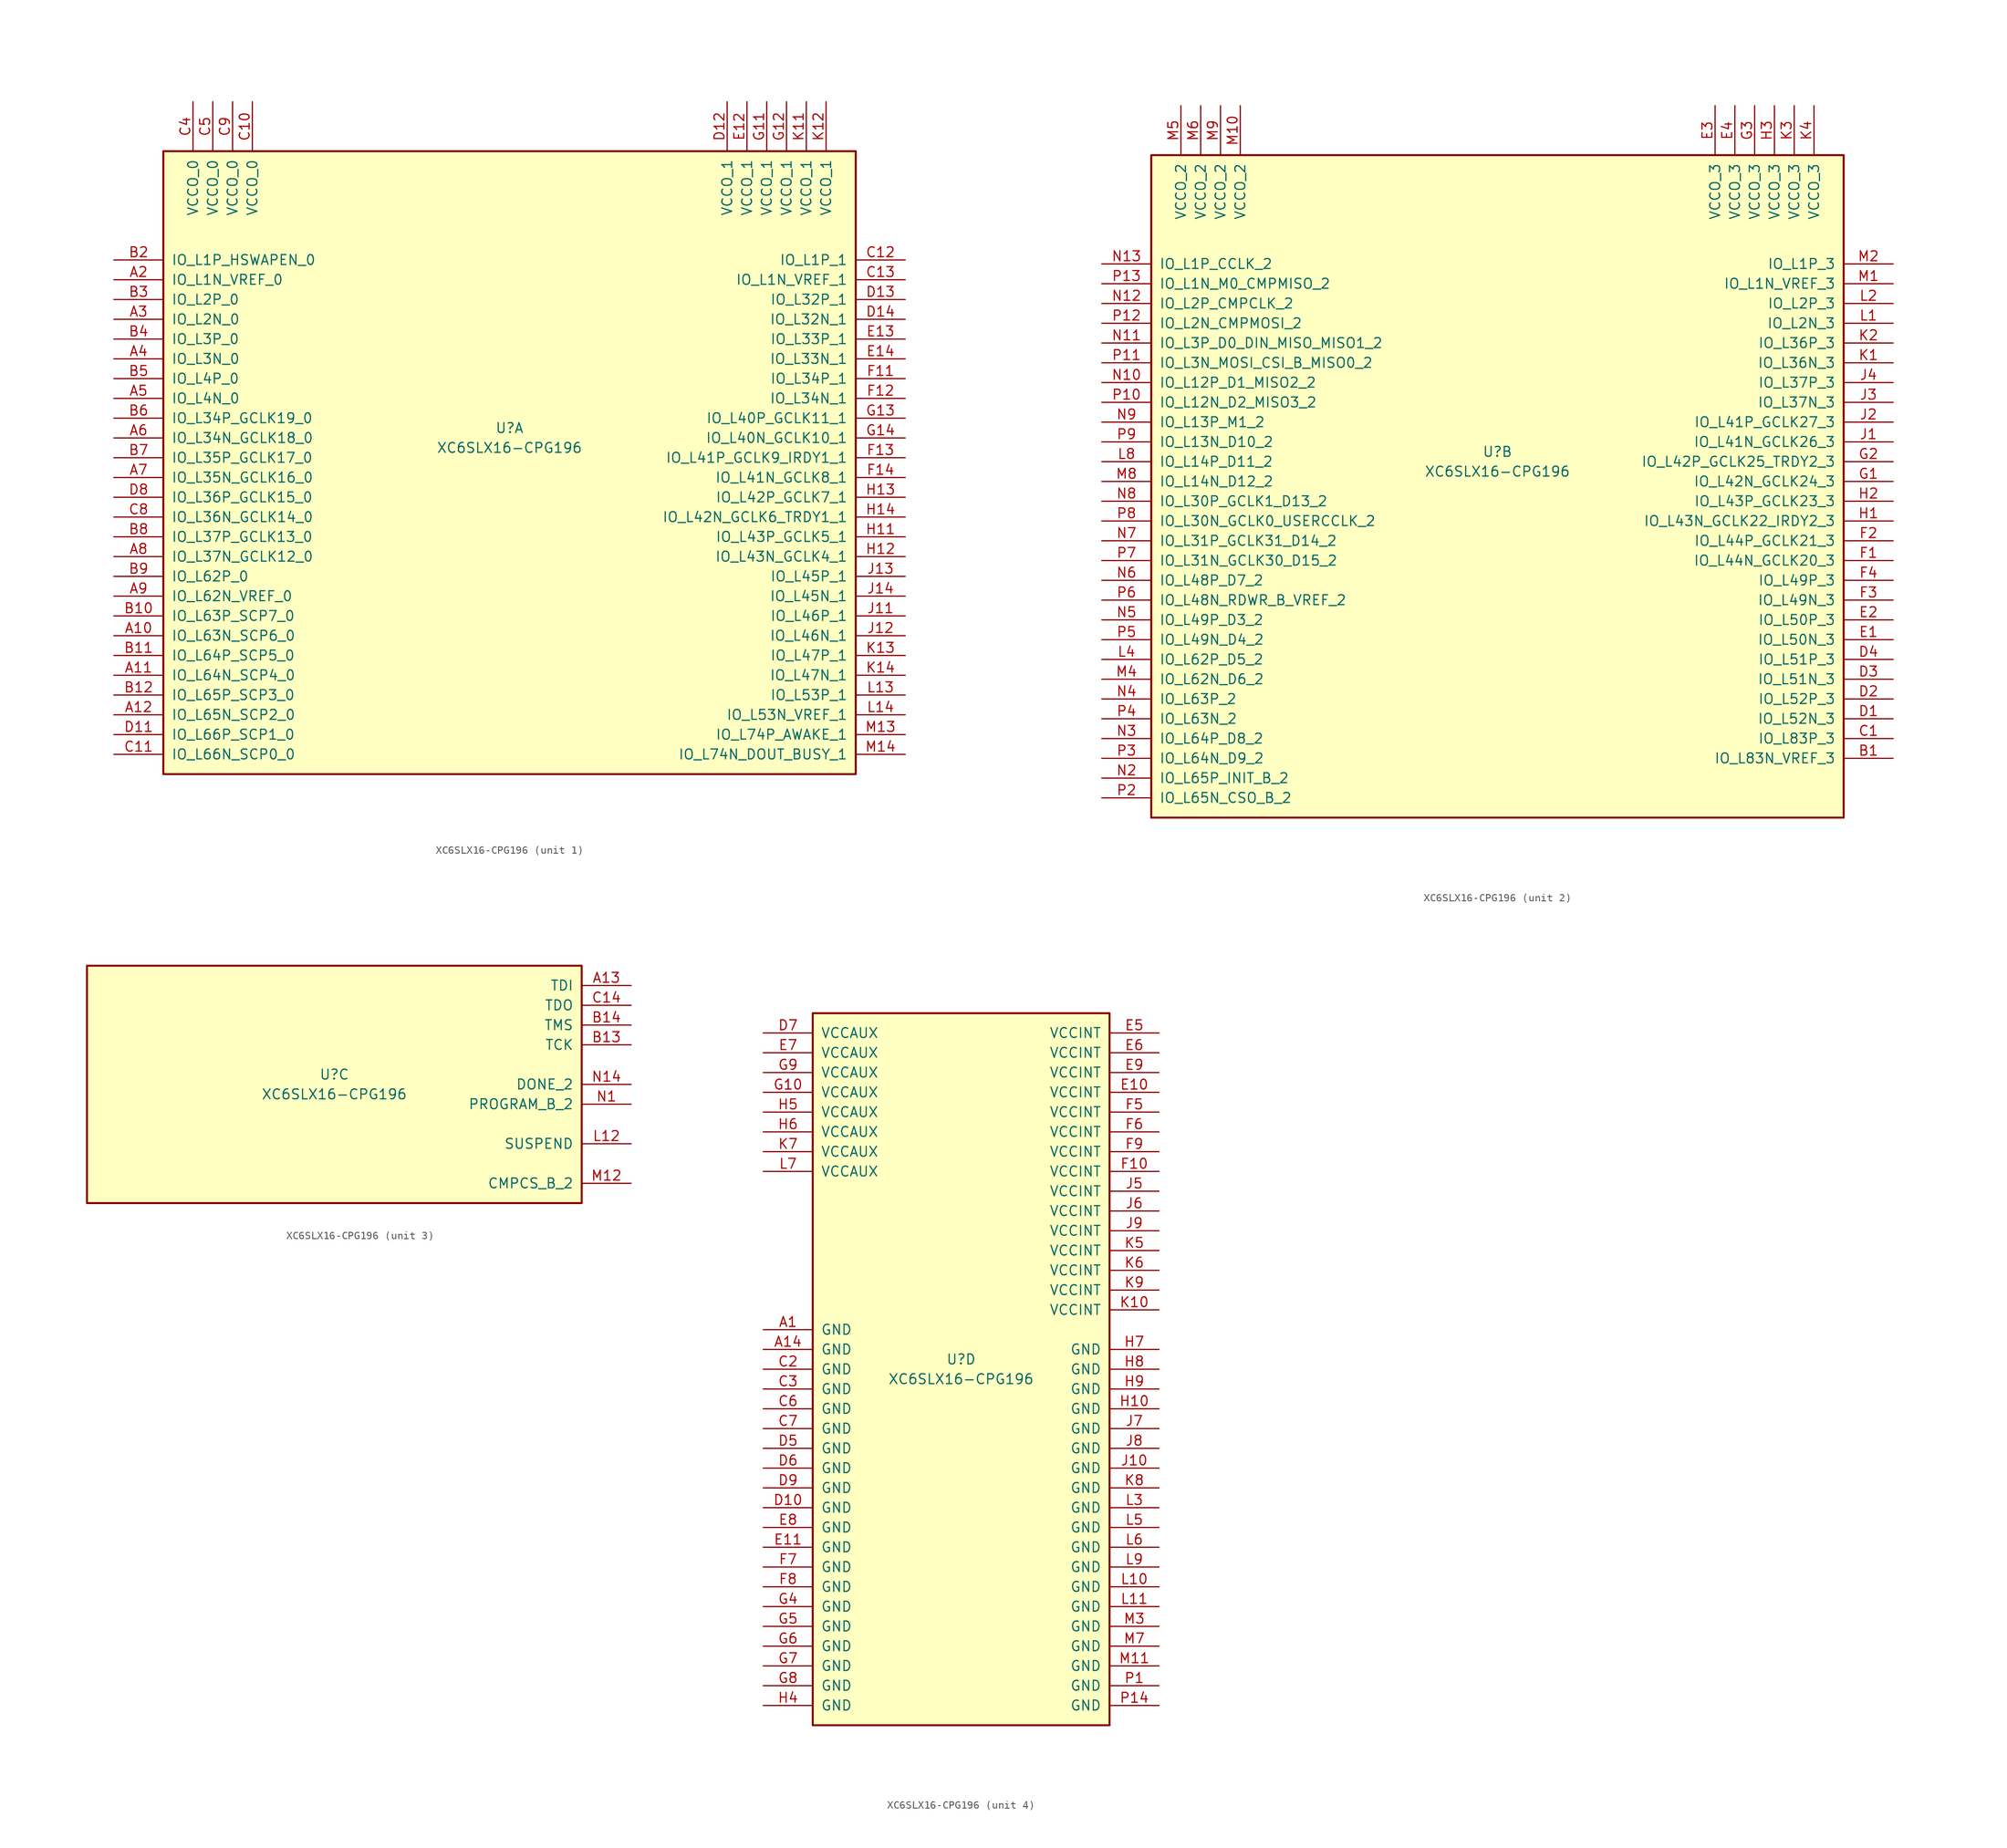
<source format=kicad_sym>
(kicad_symbol_lib
  (version 20201005)
  (generator kicad_symbol_editor)
  (symbol "XC6SLX16-CPG196"
    (pin_names
      (offset 1.016))
    (property "Reference" "U"
      (at 0 1.27 0)
      (effects (font (size 1.27 1.27))))
    (property "Value" "XC6SLX16-CPG196"
      (at 0 -1.27 0)
      (effects (font (size 1.27 1.27))))
    (property "Datasheet" ""
      (at 0 0 0)
      (effects (font (size 1.27 1.27))))
    (property "ki_locked" ""
      (at 0 0 0)
      (effects (font (size 1.27 1.27))))
    (symbol "XC6SLX16-CPG196_1_1"
      (rectangle (start -44.45 36.83) (end 44.45 -43.18) (stroke (width 0.254)) (fill (type background)))
      (pin power_in line (at -40.64 43.18 270) (length 6.35) (name "VCCO_0" (effects (font (size 1.27 1.27)))) (number "C4" (effects (font (size 1.27 1.27)))))
      (pin power_in line (at -38.1 43.18 270) (length 6.35) (name "VCCO_0" (effects (font (size 1.27 1.27)))) (number "C5" (effects (font (size 1.27 1.27)))))
      (pin power_in line (at -35.56 43.18 270) (length 6.35) (name "VCCO_0" (effects (font (size 1.27 1.27)))) (number "C9" (effects (font (size 1.27 1.27)))))
      (pin power_in line (at -33.02 43.18 270) (length 6.35) (name "VCCO_0" (effects (font (size 1.27 1.27)))) (number "C10" (effects (font (size 1.27 1.27)))))
      (pin bidirectional line (at -50.8 22.86 0) (length 6.35) (name "IO_L1P_HSWAPEN_0" (effects (font (size 1.27 1.27)))) (number "B2" (effects (font (size 1.27 1.27)))))
      (pin bidirectional line (at -50.8 20.32 0) (length 6.35) (name "IO_L1N_VREF_0" (effects (font (size 1.27 1.27)))) (number "A2" (effects (font (size 1.27 1.27)))))
      (pin bidirectional line (at -50.8 17.78 0) (length 6.35) (name "IO_L2P_0" (effects (font (size 1.27 1.27)))) (number "B3" (effects (font (size 1.27 1.27)))))
      (pin bidirectional line (at -50.8 15.24 0) (length 6.35) (name "IO_L2N_0" (effects (font (size 1.27 1.27)))) (number "A3" (effects (font (size 1.27 1.27)))))
      (pin bidirectional line (at -50.8 12.7 0) (length 6.35) (name "IO_L3P_0" (effects (font (size 1.27 1.27)))) (number "B4" (effects (font (size 1.27 1.27)))))
      (pin bidirectional line (at -50.8 10.16 0) (length 6.35) (name "IO_L3N_0" (effects (font (size 1.27 1.27)))) (number "A4" (effects (font (size 1.27 1.27)))))
      (pin bidirectional line (at -50.8 7.62 0) (length 6.35) (name "IO_L4P_0" (effects (font (size 1.27 1.27)))) (number "B5" (effects (font (size 1.27 1.27)))))
      (pin bidirectional line (at -50.8 5.08 0) (length 6.35) (name "IO_L4N_0" (effects (font (size 1.27 1.27)))) (number "A5" (effects (font (size 1.27 1.27)))))
      (pin bidirectional line (at -50.8 2.54 0) (length 6.35) (name "IO_L34P_GCLK19_0" (effects (font (size 1.27 1.27)))) (number "B6" (effects (font (size 1.27 1.27)))))
      (pin bidirectional line (at -50.8 0 0) (length 6.35) (name "IO_L34N_GCLK18_0" (effects (font (size 1.27 1.27)))) (number "A6" (effects (font (size 1.27 1.27)))))
      (pin bidirectional line (at -50.8 -2.54 0) (length 6.35) (name "IO_L35P_GCLK17_0" (effects (font (size 1.27 1.27)))) (number "B7" (effects (font (size 1.27 1.27)))))
      (pin bidirectional line (at -50.8 -5.08 0) (length 6.35) (name "IO_L35N_GCLK16_0" (effects (font (size 1.27 1.27)))) (number "A7" (effects (font (size 1.27 1.27)))))
      (pin bidirectional line (at -50.8 -7.62 0) (length 6.35) (name "IO_L36P_GCLK15_0" (effects (font (size 1.27 1.27)))) (number "D8" (effects (font (size 1.27 1.27)))))
      (pin bidirectional line (at -50.8 -10.16 0) (length 6.35) (name "IO_L36N_GCLK14_0" (effects (font (size 1.27 1.27)))) (number "C8" (effects (font (size 1.27 1.27)))))
      (pin bidirectional line (at -50.8 -12.7 0) (length 6.35) (name "IO_L37P_GCLK13_0" (effects (font (size 1.27 1.27)))) (number "B8" (effects (font (size 1.27 1.27)))))
      (pin bidirectional line (at -50.8 -15.24 0) (length 6.35) (name "IO_L37N_GCLK12_0" (effects (font (size 1.27 1.27)))) (number "A8" (effects (font (size 1.27 1.27)))))
      (pin bidirectional line (at -50.8 -17.78 0) (length 6.35) (name "IO_L62P_0" (effects (font (size 1.27 1.27)))) (number "B9" (effects (font (size 1.27 1.27)))))
      (pin bidirectional line (at -50.8 -20.32 0) (length 6.35) (name "IO_L62N_VREF_0" (effects (font (size 1.27 1.27)))) (number "A9" (effects (font (size 1.27 1.27)))))
      (pin bidirectional line (at -50.8 -22.86 0) (length 6.35) (name "IO_L63P_SCP7_0" (effects (font (size 1.27 1.27)))) (number "B10" (effects (font (size 1.27 1.27)))))
      (pin bidirectional line (at -50.8 -25.4 0) (length 6.35) (name "IO_L63N_SCP6_0" (effects (font (size 1.27 1.27)))) (number "A10" (effects (font (size 1.27 1.27)))))
      (pin bidirectional line (at -50.8 -27.94 0) (length 6.35) (name "IO_L64P_SCP5_0" (effects (font (size 1.27 1.27)))) (number "B11" (effects (font (size 1.27 1.27)))))
      (pin bidirectional line (at -50.8 -30.48 0) (length 6.35) (name "IO_L64N_SCP4_0" (effects (font (size 1.27 1.27)))) (number "A11" (effects (font (size 1.27 1.27)))))
      (pin bidirectional line (at -50.8 -33.02 0) (length 6.35) (name "IO_L65P_SCP3_0" (effects (font (size 1.27 1.27)))) (number "B12" (effects (font (size 1.27 1.27)))))
      (pin bidirectional line (at -50.8 -35.56 0) (length 6.35) (name "IO_L65N_SCP2_0" (effects (font (size 1.27 1.27)))) (number "A12" (effects (font (size 1.27 1.27)))))
      (pin bidirectional line (at -50.8 -38.1 0) (length 6.35) (name "IO_L66P_SCP1_0" (effects (font (size 1.27 1.27)))) (number "D11" (effects (font (size 1.27 1.27)))))
      (pin bidirectional line (at -50.8 -40.64 0) (length 6.35) (name "IO_L66N_SCP0_0" (effects (font (size 1.27 1.27)))) (number "C11" (effects (font (size 1.27 1.27)))))
      (pin power_in line (at 27.94 43.18 270) (length 6.35) (name "VCCO_1" (effects (font (size 1.27 1.27)))) (number "D12" (effects (font (size 1.27 1.27)))))
      (pin power_in line (at 30.48 43.18 270) (length 6.35) (name "VCCO_1" (effects (font (size 1.27 1.27)))) (number "E12" (effects (font (size 1.27 1.27)))))
      (pin power_in line (at 33.02 43.18 270) (length 6.35) (name "VCCO_1" (effects (font (size 1.27 1.27)))) (number "G11" (effects (font (size 1.27 1.27)))))
      (pin power_in line (at 35.56 43.18 270) (length 6.35) (name "VCCO_1" (effects (font (size 1.27 1.27)))) (number "G12" (effects (font (size 1.27 1.27)))))
      (pin power_in line (at 38.1 43.18 270) (length 6.35) (name "VCCO_1" (effects (font (size 1.27 1.27)))) (number "K11" (effects (font (size 1.27 1.27)))))
      (pin power_in line (at 40.64 43.18 270) (length 6.35) (name "VCCO_1" (effects (font (size 1.27 1.27)))) (number "K12" (effects (font (size 1.27 1.27)))))
      (pin bidirectional line (at 50.8 22.86 180) (length 6.35) (name "IO_L1P_1" (effects (font (size 1.27 1.27)))) (number "C12" (effects (font (size 1.27 1.27)))))
      (pin bidirectional line (at 50.8 20.32 180) (length 6.35) (name "IO_L1N_VREF_1" (effects (font (size 1.27 1.27)))) (number "C13" (effects (font (size 1.27 1.27)))))
      (pin bidirectional line (at 50.8 17.78 180) (length 6.35) (name "IO_L32P_1" (effects (font (size 1.27 1.27)))) (number "D13" (effects (font (size 1.27 1.27)))))
      (pin bidirectional line (at 50.8 15.24 180) (length 6.35) (name "IO_L32N_1" (effects (font (size 1.27 1.27)))) (number "D14" (effects (font (size 1.27 1.27)))))
      (pin bidirectional line (at 50.8 12.7 180) (length 6.35) (name "IO_L33P_1" (effects (font (size 1.27 1.27)))) (number "E13" (effects (font (size 1.27 1.27)))))
      (pin bidirectional line (at 50.8 10.16 180) (length 6.35) (name "IO_L33N_1" (effects (font (size 1.27 1.27)))) (number "E14" (effects (font (size 1.27 1.27)))))
      (pin bidirectional line (at 50.8 7.62 180) (length 6.35) (name "IO_L34P_1" (effects (font (size 1.27 1.27)))) (number "F11" (effects (font (size 1.27 1.27)))))
      (pin bidirectional line (at 50.8 5.08 180) (length 6.35) (name "IO_L34N_1" (effects (font (size 1.27 1.27)))) (number "F12" (effects (font (size 1.27 1.27)))))
      (pin bidirectional line (at 50.8 2.54 180) (length 6.35) (name "IO_L40P_GCLK11_1" (effects (font (size 1.27 1.27)))) (number "G13" (effects (font (size 1.27 1.27)))))
      (pin bidirectional line (at 50.8 0 180) (length 6.35) (name "IO_L40N_GCLK10_1" (effects (font (size 1.27 1.27)))) (number "G14" (effects (font (size 1.27 1.27)))))
      (pin bidirectional line (at 50.8 -2.54 180) (length 6.35) (name "IO_L41P_GCLK9_IRDY1_1" (effects (font (size 1.27 1.27)))) (number "F13" (effects (font (size 1.27 1.27)))))
      (pin bidirectional line (at 50.8 -5.08 180) (length 6.35) (name "IO_L41N_GCLK8_1" (effects (font (size 1.27 1.27)))) (number "F14" (effects (font (size 1.27 1.27)))))
      (pin bidirectional line (at 50.8 -7.62 180) (length 6.35) (name "IO_L42P_GCLK7_1" (effects (font (size 1.27 1.27)))) (number "H13" (effects (font (size 1.27 1.27)))))
      (pin bidirectional line (at 50.8 -10.16 180) (length 6.35) (name "IO_L42N_GCLK6_TRDY1_1" (effects (font (size 1.27 1.27)))) (number "H14" (effects (font (size 1.27 1.27)))))
      (pin bidirectional line (at 50.8 -12.7 180) (length 6.35) (name "IO_L43P_GCLK5_1" (effects (font (size 1.27 1.27)))) (number "H11" (effects (font (size 1.27 1.27)))))
      (pin bidirectional line (at 50.8 -15.24 180) (length 6.35) (name "IO_L43N_GCLK4_1" (effects (font (size 1.27 1.27)))) (number "H12" (effects (font (size 1.27 1.27)))))
      (pin bidirectional line (at 50.8 -17.78 180) (length 6.35) (name "IO_L45P_1" (effects (font (size 1.27 1.27)))) (number "J13" (effects (font (size 1.27 1.27)))))
      (pin bidirectional line (at 50.8 -20.32 180) (length 6.35) (name "IO_L45N_1" (effects (font (size 1.27 1.27)))) (number "J14" (effects (font (size 1.27 1.27)))))
      (pin bidirectional line (at 50.8 -22.86 180) (length 6.35) (name "IO_L46P_1" (effects (font (size 1.27 1.27)))) (number "J11" (effects (font (size 1.27 1.27)))))
      (pin bidirectional line (at 50.8 -25.4 180) (length 6.35) (name "IO_L46N_1" (effects (font (size 1.27 1.27)))) (number "J12" (effects (font (size 1.27 1.27)))))
      (pin bidirectional line (at 50.8 -27.94 180) (length 6.35) (name "IO_L47P_1" (effects (font (size 1.27 1.27)))) (number "K13" (effects (font (size 1.27 1.27)))))
      (pin bidirectional line (at 50.8 -30.48 180) (length 6.35) (name "IO_L47N_1" (effects (font (size 1.27 1.27)))) (number "K14" (effects (font (size 1.27 1.27)))))
      (pin bidirectional line (at 50.8 -33.02 180) (length 6.35) (name "IO_L53P_1" (effects (font (size 1.27 1.27)))) (number "L13" (effects (font (size 1.27 1.27)))))
      (pin bidirectional line (at 50.8 -35.56 180) (length 6.35) (name "IO_L53N_VREF_1" (effects (font (size 1.27 1.27)))) (number "L14" (effects (font (size 1.27 1.27)))))
      (pin bidirectional line (at 50.8 -38.1 180) (length 6.35) (name "IO_L74P_AWAKE_1" (effects (font (size 1.27 1.27)))) (number "M13" (effects (font (size 1.27 1.27)))))
      (pin bidirectional line (at 50.8 -40.64 180) (length 6.35) (name "IO_L74N_DOUT_BUSY_1" (effects (font (size 1.27 1.27)))) (number "M14" (effects (font (size 1.27 1.27))))))
    (symbol "XC6SLX16-CPG196_2_1"
      (rectangle (start -44.45 39.37) (end 44.45 -45.72) (stroke (width 0.254)) (fill (type background)))
      (pin power_in line (at -40.64 45.72 270) (length 6.35) (name "VCCO_2" (effects (font (size 1.27 1.27)))) (number "M5" (effects (font (size 1.27 1.27)))))
      (pin power_in line (at -38.1 45.72 270) (length 6.35) (name "VCCO_2" (effects (font (size 1.27 1.27)))) (number "M6" (effects (font (size 1.27 1.27)))))
      (pin power_in line (at -35.56 45.72 270) (length 6.35) (name "VCCO_2" (effects (font (size 1.27 1.27)))) (number "M9" (effects (font (size 1.27 1.27)))))
      (pin power_in line (at -33.02 45.72 270) (length 6.35) (name "VCCO_2" (effects (font (size 1.27 1.27)))) (number "M10" (effects (font (size 1.27 1.27)))))
      (pin bidirectional line (at -50.8 25.4 0) (length 6.35) (name "IO_L1P_CCLK_2" (effects (font (size 1.27 1.27)))) (number "N13" (effects (font (size 1.27 1.27)))))
      (pin bidirectional line (at -50.8 22.86 0) (length 6.35) (name "IO_L1N_M0_CMPMISO_2" (effects (font (size 1.27 1.27)))) (number "P13" (effects (font (size 1.27 1.27)))))
      (pin bidirectional line (at -50.8 20.32 0) (length 6.35) (name "IO_L2P_CMPCLK_2" (effects (font (size 1.27 1.27)))) (number "N12" (effects (font (size 1.27 1.27)))))
      (pin bidirectional line (at -50.8 17.78 0) (length 6.35) (name "IO_L2N_CMPMOSI_2" (effects (font (size 1.27 1.27)))) (number "P12" (effects (font (size 1.27 1.27)))))
      (pin bidirectional line (at -50.8 15.24 0) (length 6.35) (name "IO_L3P_D0_DIN_MISO_MISO1_2" (effects (font (size 1.27 1.27)))) (number "N11" (effects (font (size 1.27 1.27)))))
      (pin bidirectional line (at -50.8 12.7 0) (length 6.35) (name "IO_L3N_MOSI_CSI_B_MISO0_2" (effects (font (size 1.27 1.27)))) (number "P11" (effects (font (size 1.27 1.27)))))
      (pin bidirectional line (at -50.8 10.16 0) (length 6.35) (name "IO_L12P_D1_MISO2_2" (effects (font (size 1.27 1.27)))) (number "N10" (effects (font (size 1.27 1.27)))))
      (pin bidirectional line (at -50.8 7.62 0) (length 6.35) (name "IO_L12N_D2_MISO3_2" (effects (font (size 1.27 1.27)))) (number "P10" (effects (font (size 1.27 1.27)))))
      (pin bidirectional line (at -50.8 5.08 0) (length 6.35) (name "IO_L13P_M1_2" (effects (font (size 1.27 1.27)))) (number "N9" (effects (font (size 1.27 1.27)))))
      (pin bidirectional line (at -50.8 2.54 0) (length 6.35) (name "IO_L13N_D10_2" (effects (font (size 1.27 1.27)))) (number "P9" (effects (font (size 1.27 1.27)))))
      (pin bidirectional line (at -50.8 0 0) (length 6.35) (name "IO_L14P_D11_2" (effects (font (size 1.27 1.27)))) (number "L8" (effects (font (size 1.27 1.27)))))
      (pin bidirectional line (at -50.8 -2.54 0) (length 6.35) (name "IO_L14N_D12_2" (effects (font (size 1.27 1.27)))) (number "M8" (effects (font (size 1.27 1.27)))))
      (pin bidirectional line (at -50.8 -5.08 0) (length 6.35) (name "IO_L30P_GCLK1_D13_2" (effects (font (size 1.27 1.27)))) (number "N8" (effects (font (size 1.27 1.27)))))
      (pin bidirectional line (at -50.8 -7.62 0) (length 6.35) (name "IO_L30N_GCLK0_USERCCLK_2" (effects (font (size 1.27 1.27)))) (number "P8" (effects (font (size 1.27 1.27)))))
      (pin bidirectional line (at -50.8 -10.16 0) (length 6.35) (name "IO_L31P_GCLK31_D14_2" (effects (font (size 1.27 1.27)))) (number "N7" (effects (font (size 1.27 1.27)))))
      (pin bidirectional line (at -50.8 -12.7 0) (length 6.35) (name "IO_L31N_GCLK30_D15_2" (effects (font (size 1.27 1.27)))) (number "P7" (effects (font (size 1.27 1.27)))))
      (pin bidirectional line (at -50.8 -15.24 0) (length 6.35) (name "IO_L48P_D7_2" (effects (font (size 1.27 1.27)))) (number "N6" (effects (font (size 1.27 1.27)))))
      (pin bidirectional line (at -50.8 -17.78 0) (length 6.35) (name "IO_L48N_RDWR_B_VREF_2" (effects (font (size 1.27 1.27)))) (number "P6" (effects (font (size 1.27 1.27)))))
      (pin bidirectional line (at -50.8 -20.32 0) (length 6.35) (name "IO_L49P_D3_2" (effects (font (size 1.27 1.27)))) (number "N5" (effects (font (size 1.27 1.27)))))
      (pin bidirectional line (at -50.8 -22.86 0) (length 6.35) (name "IO_L49N_D4_2" (effects (font (size 1.27 1.27)))) (number "P5" (effects (font (size 1.27 1.27)))))
      (pin bidirectional line (at -50.8 -25.4 0) (length 6.35) (name "IO_L62P_D5_2" (effects (font (size 1.27 1.27)))) (number "L4" (effects (font (size 1.27 1.27)))))
      (pin bidirectional line (at -50.8 -27.94 0) (length 6.35) (name "IO_L62N_D6_2" (effects (font (size 1.27 1.27)))) (number "M4" (effects (font (size 1.27 1.27)))))
      (pin bidirectional line (at -50.8 -30.48 0) (length 6.35) (name "IO_L63P_2" (effects (font (size 1.27 1.27)))) (number "N4" (effects (font (size 1.27 1.27)))))
      (pin bidirectional line (at -50.8 -33.02 0) (length 6.35) (name "IO_L63N_2" (effects (font (size 1.27 1.27)))) (number "P4" (effects (font (size 1.27 1.27)))))
      (pin bidirectional line (at -50.8 -35.56 0) (length 6.35) (name "IO_L64P_D8_2" (effects (font (size 1.27 1.27)))) (number "N3" (effects (font (size 1.27 1.27)))))
      (pin bidirectional line (at -50.8 -38.1 0) (length 6.35) (name "IO_L64N_D9_2" (effects (font (size 1.27 1.27)))) (number "P3" (effects (font (size 1.27 1.27)))))
      (pin bidirectional line (at -50.8 -40.64 0) (length 6.35) (name "IO_L65P_INIT_B_2" (effects (font (size 1.27 1.27)))) (number "N2" (effects (font (size 1.27 1.27)))))
      (pin bidirectional line (at -50.8 -43.18 0) (length 6.35) (name "IO_L65N_CSO_B_2" (effects (font (size 1.27 1.27)))) (number "P2" (effects (font (size 1.27 1.27)))))
      (pin power_in line (at 27.94 45.72 270) (length 6.35) (name "VCCO_3" (effects (font (size 1.27 1.27)))) (number "E3" (effects (font (size 1.27 1.27)))))
      (pin power_in line (at 30.48 45.72 270) (length 6.35) (name "VCCO_3" (effects (font (size 1.27 1.27)))) (number "E4" (effects (font (size 1.27 1.27)))))
      (pin power_in line (at 33.02 45.72 270) (length 6.35) (name "VCCO_3" (effects (font (size 1.27 1.27)))) (number "G3" (effects (font (size 1.27 1.27)))))
      (pin power_in line (at 35.56 45.72 270) (length 6.35) (name "VCCO_3" (effects (font (size 1.27 1.27)))) (number "H3" (effects (font (size 1.27 1.27)))))
      (pin power_in line (at 38.1 45.72 270) (length 6.35) (name "VCCO_3" (effects (font (size 1.27 1.27)))) (number "K3" (effects (font (size 1.27 1.27)))))
      (pin power_in line (at 40.64 45.72 270) (length 6.35) (name "VCCO_3" (effects (font (size 1.27 1.27)))) (number "K4" (effects (font (size 1.27 1.27)))))
      (pin bidirectional line (at 50.8 25.4 180) (length 6.35) (name "IO_L1P_3" (effects (font (size 1.27 1.27)))) (number "M2" (effects (font (size 1.27 1.27)))))
      (pin bidirectional line (at 50.8 22.86 180) (length 6.35) (name "IO_L1N_VREF_3" (effects (font (size 1.27 1.27)))) (number "M1" (effects (font (size 1.27 1.27)))))
      (pin bidirectional line (at 50.8 20.32 180) (length 6.35) (name "IO_L2P_3" (effects (font (size 1.27 1.27)))) (number "L2" (effects (font (size 1.27 1.27)))))
      (pin bidirectional line (at 50.8 17.78 180) (length 6.35) (name "IO_L2N_3" (effects (font (size 1.27 1.27)))) (number "L1" (effects (font (size 1.27 1.27)))))
      (pin bidirectional line (at 50.8 15.24 180) (length 6.35) (name "IO_L36P_3" (effects (font (size 1.27 1.27)))) (number "K2" (effects (font (size 1.27 1.27)))))
      (pin bidirectional line (at 50.8 12.7 180) (length 6.35) (name "IO_L36N_3" (effects (font (size 1.27 1.27)))) (number "K1" (effects (font (size 1.27 1.27)))))
      (pin bidirectional line (at 50.8 10.16 180) (length 6.35) (name "IO_L37P_3" (effects (font (size 1.27 1.27)))) (number "J4" (effects (font (size 1.27 1.27)))))
      (pin bidirectional line (at 50.8 7.62 180) (length 6.35) (name "IO_L37N_3" (effects (font (size 1.27 1.27)))) (number "J3" (effects (font (size 1.27 1.27)))))
      (pin bidirectional line (at 50.8 5.08 180) (length 6.35) (name "IO_L41P_GCLK27_3" (effects (font (size 1.27 1.27)))) (number "J2" (effects (font (size 1.27 1.27)))))
      (pin bidirectional line (at 50.8 2.54 180) (length 6.35) (name "IO_L41N_GCLK26_3" (effects (font (size 1.27 1.27)))) (number "J1" (effects (font (size 1.27 1.27)))))
      (pin bidirectional line (at 50.8 0 180) (length 6.35) (name "IO_L42P_GCLK25_TRDY2_3" (effects (font (size 1.27 1.27)))) (number "G2" (effects (font (size 1.27 1.27)))))
      (pin bidirectional line (at 50.8 -2.54 180) (length 6.35) (name "IO_L42N_GCLK24_3" (effects (font (size 1.27 1.27)))) (number "G1" (effects (font (size 1.27 1.27)))))
      (pin bidirectional line (at 50.8 -5.08 180) (length 6.35) (name "IO_L43P_GCLK23_3" (effects (font (size 1.27 1.27)))) (number "H2" (effects (font (size 1.27 1.27)))))
      (pin bidirectional line (at 50.8 -7.62 180) (length 6.35) (name "IO_L43N_GCLK22_IRDY2_3" (effects (font (size 1.27 1.27)))) (number "H1" (effects (font (size 1.27 1.27)))))
      (pin bidirectional line (at 50.8 -10.16 180) (length 6.35) (name "IO_L44P_GCLK21_3" (effects (font (size 1.27 1.27)))) (number "F2" (effects (font (size 1.27 1.27)))))
      (pin bidirectional line (at 50.8 -12.7 180) (length 6.35) (name "IO_L44N_GCLK20_3" (effects (font (size 1.27 1.27)))) (number "F1" (effects (font (size 1.27 1.27)))))
      (pin bidirectional line (at 50.8 -15.24 180) (length 6.35) (name "IO_L49P_3" (effects (font (size 1.27 1.27)))) (number "F4" (effects (font (size 1.27 1.27)))))
      (pin bidirectional line (at 50.8 -17.78 180) (length 6.35) (name "IO_L49N_3" (effects (font (size 1.27 1.27)))) (number "F3" (effects (font (size 1.27 1.27)))))
      (pin bidirectional line (at 50.8 -20.32 180) (length 6.35) (name "IO_L50P_3" (effects (font (size 1.27 1.27)))) (number "E2" (effects (font (size 1.27 1.27)))))
      (pin bidirectional line (at 50.8 -22.86 180) (length 6.35) (name "IO_L50N_3" (effects (font (size 1.27 1.27)))) (number "E1" (effects (font (size 1.27 1.27)))))
      (pin bidirectional line (at 50.8 -25.4 180) (length 6.35) (name "IO_L51P_3" (effects (font (size 1.27 1.27)))) (number "D4" (effects (font (size 1.27 1.27)))))
      (pin bidirectional line (at 50.8 -27.94 180) (length 6.35) (name "IO_L51N_3" (effects (font (size 1.27 1.27)))) (number "D3" (effects (font (size 1.27 1.27)))))
      (pin bidirectional line (at 50.8 -30.48 180) (length 6.35) (name "IO_L52P_3" (effects (font (size 1.27 1.27)))) (number "D2" (effects (font (size 1.27 1.27)))))
      (pin bidirectional line (at 50.8 -33.02 180) (length 6.35) (name "IO_L52N_3" (effects (font (size 1.27 1.27)))) (number "D1" (effects (font (size 1.27 1.27)))))
      (pin bidirectional line (at 50.8 -35.56 180) (length 6.35) (name "IO_L83P_3" (effects (font (size 1.27 1.27)))) (number "C1" (effects (font (size 1.27 1.27)))))
      (pin bidirectional line (at 50.8 -38.1 180) (length 6.35) (name "IO_L83N_VREF_3" (effects (font (size 1.27 1.27)))) (number "B1" (effects (font (size 1.27 1.27))))))
    (symbol "XC6SLX16-CPG196_3_1"
      (rectangle (start -31.75 15.24) (end 31.75 -15.24) (stroke (width 0.254)) (fill (type background)))
      (pin bidirectional line (at 38.1 12.7 180) (length 6.35) (name "TDI" (effects (font (size 1.27 1.27)))) (number "A13" (effects (font (size 1.27 1.27)))))
      (pin bidirectional line (at 38.1 10.16 180) (length 6.35) (name "TDO" (effects (font (size 1.27 1.27)))) (number "C14" (effects (font (size 1.27 1.27)))))
      (pin bidirectional line (at 38.1 7.62 180) (length 6.35) (name "TMS" (effects (font (size 1.27 1.27)))) (number "B14" (effects (font (size 1.27 1.27)))))
      (pin bidirectional line (at 38.1 5.08 180) (length 6.35) (name "TCK" (effects (font (size 1.27 1.27)))) (number "B13" (effects (font (size 1.27 1.27)))))
      (pin bidirectional line (at 38.1 0 180) (length 6.35) (name "DONE_2" (effects (font (size 1.27 1.27)))) (number "N14" (effects (font (size 1.27 1.27)))))
      (pin bidirectional line (at 38.1 -2.54 180) (length 6.35) (name "PROGRAM_B_2" (effects (font (size 1.27 1.27)))) (number "N1" (effects (font (size 1.27 1.27)))))
      (pin bidirectional line (at 38.1 -7.62 180) (length 6.35) (name "SUSPEND" (effects (font (size 1.27 1.27)))) (number "L12" (effects (font (size 1.27 1.27)))))
      (pin bidirectional line (at 38.1 -12.7 180) (length 6.35) (name "CMPCS_B_2" (effects (font (size 1.27 1.27)))) (number "M12" (effects (font (size 1.27 1.27))))))
    (symbol "XC6SLX16-CPG196_4_1"
      (rectangle (start -19.05 45.72) (end 19.05 -45.72) (stroke (width 0.254)) (fill (type background)))
      (pin power_in line (at -25.4 43.18 0) (length 6.35) (name "VCCAUX" (effects (font (size 1.27 1.27)))) (number "D7" (effects (font (size 1.27 1.27)))))
      (pin power_in line (at -25.4 40.64 0) (length 6.35) (name "VCCAUX" (effects (font (size 1.27 1.27)))) (number "E7" (effects (font (size 1.27 1.27)))))
      (pin power_in line (at -25.4 38.1 0) (length 6.35) (name "VCCAUX" (effects (font (size 1.27 1.27)))) (number "G9" (effects (font (size 1.27 1.27)))))
      (pin power_in line (at -25.4 35.56 0) (length 6.35) (name "VCCAUX" (effects (font (size 1.27 1.27)))) (number "G10" (effects (font (size 1.27 1.27)))))
      (pin power_in line (at -25.4 33.02 0) (length 6.35) (name "VCCAUX" (effects (font (size 1.27 1.27)))) (number "H5" (effects (font (size 1.27 1.27)))))
      (pin power_in line (at -25.4 30.48 0) (length 6.35) (name "VCCAUX" (effects (font (size 1.27 1.27)))) (number "H6" (effects (font (size 1.27 1.27)))))
      (pin power_in line (at -25.4 27.94 0) (length 6.35) (name "VCCAUX" (effects (font (size 1.27 1.27)))) (number "K7" (effects (font (size 1.27 1.27)))))
      (pin power_in line (at -25.4 25.4 0) (length 6.35) (name "VCCAUX" (effects (font (size 1.27 1.27)))) (number "L7" (effects (font (size 1.27 1.27)))))
      (pin power_in line (at -25.4 5.08 0) (length 6.35) (name "GND" (effects (font (size 1.27 1.27)))) (number "A1" (effects (font (size 1.27 1.27)))))
      (pin power_in line (at -25.4 2.54 0) (length 6.35) (name "GND" (effects (font (size 1.27 1.27)))) (number "A14" (effects (font (size 1.27 1.27)))))
      (pin power_in line (at -25.4 0 0) (length 6.35) (name "GND" (effects (font (size 1.27 1.27)))) (number "C2" (effects (font (size 1.27 1.27)))))
      (pin power_in line (at -25.4 -2.54 0) (length 6.35) (name "GND" (effects (font (size 1.27 1.27)))) (number "C3" (effects (font (size 1.27 1.27)))))
      (pin power_in line (at -25.4 -5.08 0) (length 6.35) (name "GND" (effects (font (size 1.27 1.27)))) (number "C6" (effects (font (size 1.27 1.27)))))
      (pin power_in line (at -25.4 -7.62 0) (length 6.35) (name "GND" (effects (font (size 1.27 1.27)))) (number "C7" (effects (font (size 1.27 1.27)))))
      (pin power_in line (at -25.4 -10.16 0) (length 6.35) (name "GND" (effects (font (size 1.27 1.27)))) (number "D5" (effects (font (size 1.27 1.27)))))
      (pin power_in line (at -25.4 -12.7 0) (length 6.35) (name "GND" (effects (font (size 1.27 1.27)))) (number "D6" (effects (font (size 1.27 1.27)))))
      (pin power_in line (at -25.4 -15.24 0) (length 6.35) (name "GND" (effects (font (size 1.27 1.27)))) (number "D9" (effects (font (size 1.27 1.27)))))
      (pin power_in line (at -25.4 -17.78 0) (length 6.35) (name "GND" (effects (font (size 1.27 1.27)))) (number "D10" (effects (font (size 1.27 1.27)))))
      (pin power_in line (at -25.4 -20.32 0) (length 6.35) (name "GND" (effects (font (size 1.27 1.27)))) (number "E8" (effects (font (size 1.27 1.27)))))
      (pin power_in line (at -25.4 -22.86 0) (length 6.35) (name "GND" (effects (font (size 1.27 1.27)))) (number "E11" (effects (font (size 1.27 1.27)))))
      (pin power_in line (at -25.4 -25.4 0) (length 6.35) (name "GND" (effects (font (size 1.27 1.27)))) (number "F7" (effects (font (size 1.27 1.27)))))
      (pin power_in line (at -25.4 -27.94 0) (length 6.35) (name "GND" (effects (font (size 1.27 1.27)))) (number "F8" (effects (font (size 1.27 1.27)))))
      (pin power_in line (at -25.4 -30.48 0) (length 6.35) (name "GND" (effects (font (size 1.27 1.27)))) (number "G4" (effects (font (size 1.27 1.27)))))
      (pin power_in line (at -25.4 -33.02 0) (length 6.35) (name "GND" (effects (font (size 1.27 1.27)))) (number "G5" (effects (font (size 1.27 1.27)))))
      (pin power_in line (at -25.4 -35.56 0) (length 6.35) (name "GND" (effects (font (size 1.27 1.27)))) (number "G6" (effects (font (size 1.27 1.27)))))
      (pin power_in line (at -25.4 -38.1 0) (length 6.35) (name "GND" (effects (font (size 1.27 1.27)))) (number "G7" (effects (font (size 1.27 1.27)))))
      (pin power_in line (at -25.4 -40.64 0) (length 6.35) (name "GND" (effects (font (size 1.27 1.27)))) (number "G8" (effects (font (size 1.27 1.27)))))
      (pin power_in line (at -25.4 -43.18 0) (length 6.35) (name "GND" (effects (font (size 1.27 1.27)))) (number "H4" (effects (font (size 1.27 1.27)))))
      (pin power_in line (at 25.4 43.18 180) (length 6.35) (name "VCCINT" (effects (font (size 1.27 1.27)))) (number "E5" (effects (font (size 1.27 1.27)))))
      (pin power_in line (at 25.4 40.64 180) (length 6.35) (name "VCCINT" (effects (font (size 1.27 1.27)))) (number "E6" (effects (font (size 1.27 1.27)))))
      (pin power_in line (at 25.4 38.1 180) (length 6.35) (name "VCCINT" (effects (font (size 1.27 1.27)))) (number "E9" (effects (font (size 1.27 1.27)))))
      (pin power_in line (at 25.4 35.56 180) (length 6.35) (name "VCCINT" (effects (font (size 1.27 1.27)))) (number "E10" (effects (font (size 1.27 1.27)))))
      (pin power_in line (at 25.4 33.02 180) (length 6.35) (name "VCCINT" (effects (font (size 1.27 1.27)))) (number "F5" (effects (font (size 1.27 1.27)))))
      (pin power_in line (at 25.4 30.48 180) (length 6.35) (name "VCCINT" (effects (font (size 1.27 1.27)))) (number "F6" (effects (font (size 1.27 1.27)))))
      (pin power_in line (at 25.4 27.94 180) (length 6.35) (name "VCCINT" (effects (font (size 1.27 1.27)))) (number "F9" (effects (font (size 1.27 1.27)))))
      (pin power_in line (at 25.4 25.4 180) (length 6.35) (name "VCCINT" (effects (font (size 1.27 1.27)))) (number "F10" (effects (font (size 1.27 1.27)))))
      (pin power_in line (at 25.4 22.86 180) (length 6.35) (name "VCCINT" (effects (font (size 1.27 1.27)))) (number "J5" (effects (font (size 1.27 1.27)))))
      (pin power_in line (at 25.4 20.32 180) (length 6.35) (name "VCCINT" (effects (font (size 1.27 1.27)))) (number "J6" (effects (font (size 1.27 1.27)))))
      (pin power_in line (at 25.4 17.78 180) (length 6.35) (name "VCCINT" (effects (font (size 1.27 1.27)))) (number "J9" (effects (font (size 1.27 1.27)))))
      (pin power_in line (at 25.4 15.24 180) (length 6.35) (name "VCCINT" (effects (font (size 1.27 1.27)))) (number "K5" (effects (font (size 1.27 1.27)))))
      (pin power_in line (at 25.4 12.7 180) (length 6.35) (name "VCCINT" (effects (font (size 1.27 1.27)))) (number "K6" (effects (font (size 1.27 1.27)))))
      (pin power_in line (at 25.4 10.16 180) (length 6.35) (name "VCCINT" (effects (font (size 1.27 1.27)))) (number "K9" (effects (font (size 1.27 1.27)))))
      (pin power_in line (at 25.4 7.62 180) (length 6.35) (name "VCCINT" (effects (font (size 1.27 1.27)))) (number "K10" (effects (font (size 1.27 1.27)))))
      (pin power_in line (at 25.4 2.54 180) (length 6.35) (name "GND" (effects (font (size 1.27 1.27)))) (number "H7" (effects (font (size 1.27 1.27)))))
      (pin power_in line (at 25.4 0 180) (length 6.35) (name "GND" (effects (font (size 1.27 1.27)))) (number "H8" (effects (font (size 1.27 1.27)))))
      (pin power_in line (at 25.4 -2.54 180) (length 6.35) (name "GND" (effects (font (size 1.27 1.27)))) (number "H9" (effects (font (size 1.27 1.27)))))
      (pin power_in line (at 25.4 -5.08 180) (length 6.35) (name "GND" (effects (font (size 1.27 1.27)))) (number "H10" (effects (font (size 1.27 1.27)))))
      (pin power_in line (at 25.4 -7.62 180) (length 6.35) (name "GND" (effects (font (size 1.27 1.27)))) (number "J7" (effects (font (size 1.27 1.27)))))
      (pin power_in line (at 25.4 -10.16 180) (length 6.35) (name "GND" (effects (font (size 1.27 1.27)))) (number "J8" (effects (font (size 1.27 1.27)))))
      (pin power_in line (at 25.4 -12.7 180) (length 6.35) (name "GND" (effects (font (size 1.27 1.27)))) (number "J10" (effects (font (size 1.27 1.27)))))
      (pin power_in line (at 25.4 -15.24 180) (length 6.35) (name "GND" (effects (font (size 1.27 1.27)))) (number "K8" (effects (font (size 1.27 1.27)))))
      (pin power_in line (at 25.4 -17.78 180) (length 6.35) (name "GND" (effects (font (size 1.27 1.27)))) (number "L3" (effects (font (size 1.27 1.27)))))
      (pin power_in line (at 25.4 -20.32 180) (length 6.35) (name "GND" (effects (font (size 1.27 1.27)))) (number "L5" (effects (font (size 1.27 1.27)))))
      (pin power_in line (at 25.4 -22.86 180) (length 6.35) (name "GND" (effects (font (size 1.27 1.27)))) (number "L6" (effects (font (size 1.27 1.27)))))
      (pin power_in line (at 25.4 -25.4 180) (length 6.35) (name "GND" (effects (font (size 1.27 1.27)))) (number "L9" (effects (font (size 1.27 1.27)))))
      (pin power_in line (at 25.4 -27.94 180) (length 6.35) (name "GND" (effects (font (size 1.27 1.27)))) (number "L10" (effects (font (size 1.27 1.27)))))
      (pin power_in line (at 25.4 -30.48 180) (length 6.35) (name "GND" (effects (font (size 1.27 1.27)))) (number "L11" (effects (font (size 1.27 1.27)))))
      (pin power_in line (at 25.4 -33.02 180) (length 6.35) (name "GND" (effects (font (size 1.27 1.27)))) (number "M3" (effects (font (size 1.27 1.27)))))
      (pin power_in line (at 25.4 -35.56 180) (length 6.35) (name "GND" (effects (font (size 1.27 1.27)))) (number "M7" (effects (font (size 1.27 1.27)))))
      (pin power_in line (at 25.4 -38.1 180) (length 6.35) (name "GND" (effects (font (size 1.27 1.27)))) (number "M11" (effects (font (size 1.27 1.27)))))
      (pin power_in line (at 25.4 -40.64 180) (length 6.35) (name "GND" (effects (font (size 1.27 1.27)))) (number "P1" (effects (font (size 1.27 1.27)))))
      (pin power_in line (at 25.4 -43.18 180) (length 6.35) (name "GND" (effects (font (size 1.27 1.27)))) (number "P14" (effects (font (size 1.27 1.27))))))))
</source>
